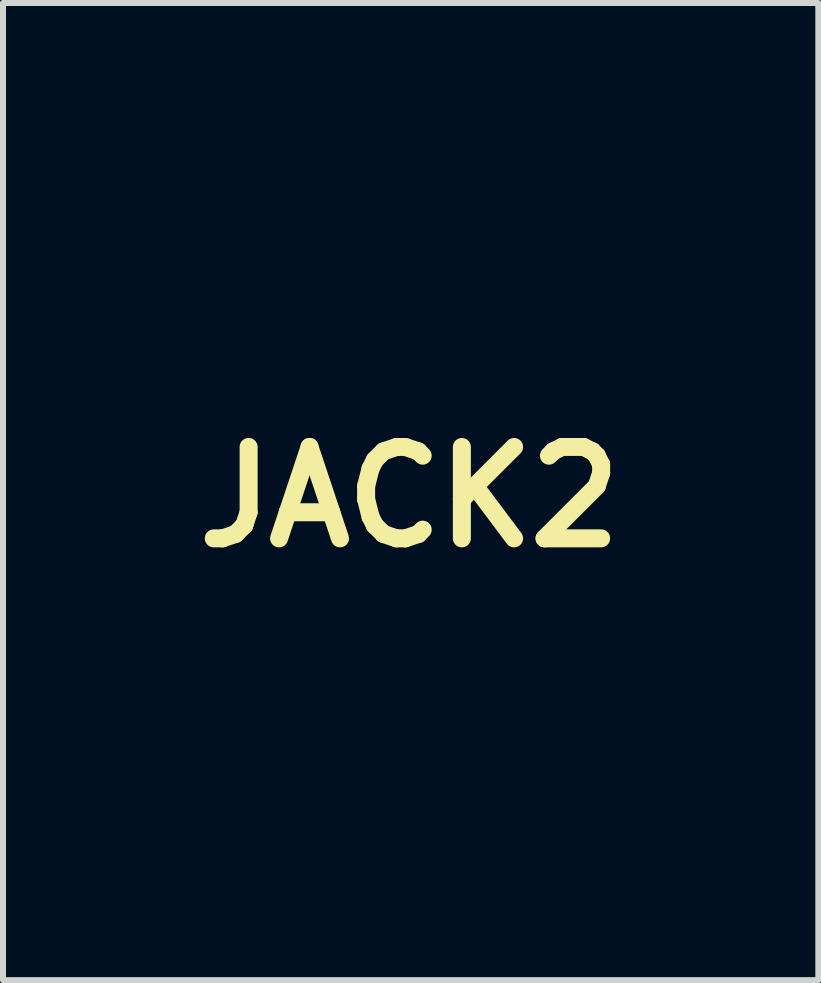
<source format=kicad_pcb>
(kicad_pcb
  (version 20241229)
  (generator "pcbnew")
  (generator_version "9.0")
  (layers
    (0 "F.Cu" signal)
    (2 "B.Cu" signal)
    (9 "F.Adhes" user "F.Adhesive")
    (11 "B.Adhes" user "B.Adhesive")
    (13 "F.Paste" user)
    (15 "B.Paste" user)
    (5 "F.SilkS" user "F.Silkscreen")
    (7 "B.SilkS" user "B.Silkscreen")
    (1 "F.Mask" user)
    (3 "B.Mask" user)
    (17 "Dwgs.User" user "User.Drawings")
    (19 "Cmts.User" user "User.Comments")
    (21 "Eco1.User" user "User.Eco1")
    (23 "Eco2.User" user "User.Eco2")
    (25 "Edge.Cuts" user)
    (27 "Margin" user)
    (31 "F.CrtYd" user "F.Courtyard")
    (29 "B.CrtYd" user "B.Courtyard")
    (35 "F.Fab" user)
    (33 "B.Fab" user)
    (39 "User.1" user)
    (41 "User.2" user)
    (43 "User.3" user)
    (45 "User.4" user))
  (footprint "JACK2"
    (layer "F.Cu")
    (at 3.781 5.238)
    (property "Reference" "JACK2" (at 0 0 0) (layer "F.SilkS") (effects (font (size 1.524 1.524) (thickness 0.3))))
    (attr through_hole)
    (fp_poly (pts (xy -2.54 -3.316) (xy -2.554 -3.302) (xy -2.568 -3.316) (xy -2.554 -3.33) (xy -2.54 -3.316)) (stroke (width 0.01) (type solid)) (fill yes) (layer "F.Mask"))
    (fp_poly (pts (xy -2.286 2.272) (xy -2.3 2.286) (xy -2.314 2.272) (xy -2.3 2.258) (xy -2.286 2.272)) (stroke (width 0.01) (type solid)) (fill yes) (layer "F.Mask"))
    (fp_poly (pts (xy -2.258 2.159) (xy -2.272 2.173) (xy -2.286 2.159) (xy -2.272 2.145) (xy -2.258 2.159)) (stroke (width 0.01) (type solid)) (fill yes) (layer "F.Mask"))
    (fp_poly (pts (xy -0.489 -0.696) (xy -0.493 -0.679) (xy -0.508 -0.677) (xy -0.531 -0.688) (xy -0.527 -0.696) (xy -0.493 -0.7) (xy -0.489 -0.696)) (stroke (width 0.01) (type solid)) (fill yes) (layer "F.Mask"))
    (fp_poly (pts (xy -1.48 4.499) (xy -1.51 4.516) (xy -1.576 4.536) (xy -1.609 4.54) (xy -1.624 4.533) (xy -1.595 4.516) (xy -1.529 4.495) (xy -1.496 4.491) (xy -1.48 4.499)) (stroke (width 0.01) (type solid)) (fill yes) (layer "F.Mask"))
    (fp_poly (pts (xy 3.207 -1.606) (xy 3.209 -1.601) (xy 3.213 -1.54) (xy 3.208 -1.516) (xy 3.198 -1.515) (xy 3.195 -1.56) (xy 3.195 -1.566) (xy 3.199 -1.61) (xy 3.207 -1.606)) (stroke (width 0.01) (type solid)) (fill yes) (layer "F.Mask"))
    (fp_poly (pts (xy -1.413 3.879) (xy -1.439 3.89) (xy -1.518 3.913) (xy -1.593 3.929) (xy -1.648 3.937) (xy -1.672 3.934) (xy -1.662 3.923) (xy -1.607 3.903) (xy -1.523 3.886) (xy -1.493 3.882) (xy -1.426 3.875) (xy -1.413 3.879)) (stroke (width 0.01) (type solid)) (fill yes) (layer "F.Mask"))
    (fp_poly (pts (xy 2.555 -4.111) (xy 2.653 -4.097) (xy 2.667 -4.094) (xy 2.78 -4.07) (xy 2.653 -4.07) (xy 2.557 -4.075) (xy 2.473 -4.087) (xy 2.455 -4.092) (xy 2.41 -4.108) (xy 2.415 -4.114) (xy 2.469 -4.116) (xy 2.555 -4.111)) (stroke (width 0.01) (type solid)) (fill yes) (layer "F.Mask"))
    (fp_poly (pts (xy 0.115 -3.198) (xy 0.167 -3.153) (xy 0.201 -3.097) (xy 0.215 -3.066) (xy 0.2 -3.068) (xy 0.15 -3.103) (xy 0.143 -3.108) (xy 0.055 -3.172) (xy -0.135 -3.081) (xy -0.223 -3.04) (xy -0.267 -3.026) (xy -0.263 -3.037) (xy -0.254 -3.045) (xy -0.186 -3.091) (xy -0.094 -3.142) (xy -0.05 -3.164) (xy 0.047 -3.2) (xy 0.115 -3.198)) (stroke (width 0.01) (type solid)) (fill yes) (layer "F.Mask"))
    (fp_poly (pts (xy 2.811 0.039) (xy 2.798 0.111) (xy 2.776 0.21) (xy 2.768 0.243) (xy 2.737 0.374) (xy 2.709 0.508) (xy 2.689 0.616) (xy 2.689 0.621) (xy 2.665 0.776) (xy 2.647 0.619) (xy 2.644 0.428) (xy 2.675 0.249) (xy 2.737 0.1) (xy 2.741 0.094) (xy 2.78 0.036) (xy 2.808 0.008) (xy 2.812 0.008) (xy 2.811 0.039)) (stroke (width 0.01) (type solid)) (fill yes) (layer "F.Mask"))
    (fp_poly (pts (xy 0.81 -0.778) (xy 0.847 -0.756) (xy 0.916 -0.708) (xy 1.005 -0.644) (xy 1.043 -0.616) (xy 1.242 -0.467) (xy 1.242 0.649) (xy 1.15 0.644) (xy 1.063 0.639) (xy 0.957 0.631) (xy 0.925 0.628) (xy 0.792 0.618) (xy 0.784 -0.087) (xy 0.782 -0.314) (xy 0.782 -0.491) (xy 0.784 -0.62) (xy 0.789 -0.708) (xy 0.796 -0.759) (xy 0.806 -0.778) (xy 0.81 -0.778)) (stroke (width 0.01) (type solid)) (fill yes) (layer "F.Mask"))
    (fp_poly (pts (xy -1.389 -2.533) (xy -1.447 -2.475) (xy -1.479 -2.444) (xy -1.554 -2.377) (xy -1.643 -2.299) (xy -1.74 -2.219) (xy -1.837 -2.14) (xy -1.926 -2.071) (xy -1.999 -2.016) (xy -2.049 -1.982) (xy -2.069 -1.975) (xy -2.062 -1.985) (xy -2.027 -2.02) (xy -1.958 -2.082) (xy -1.865 -2.162) (xy -1.757 -2.253) (xy -1.645 -2.346) (xy -1.539 -2.433) (xy -1.448 -2.505) (xy -1.383 -2.555) (xy -1.369 -2.565) (xy -1.361 -2.565) (xy -1.389 -2.533)) (stroke (width 0.01) (type solid)) (fill yes) (layer "F.Mask"))
    (fp_poly (pts (xy 0.892 0.847) (xy 0.999 0.852) (xy 1.105 0.864) (xy 1.108 0.865) (xy 1.171 0.878) (xy 1.202 0.901) (xy 1.213 0.95) (xy 1.214 1.019) (xy 1.213 1.088) (xy 1.203 1.132) (xy 1.174 1.159) (xy 1.115 1.177) (xy 1.015 1.192) (xy 0.953 1.2) (xy 0.872 1.208) (xy 0.833 1.203) (xy 0.819 1.175) (xy 0.818 1.138) (xy 0.813 1.054) (xy 0.801 0.959) (xy 0.8 0.953) (xy 0.783 0.847) (xy 0.892 0.847)) (stroke (width 0.01) (type solid)) (fill yes) (layer "F.Mask"))
    (fp_poly (pts (xy -2.496 1.838) (xy -2.464 1.867) (xy -2.4 1.912) (xy -2.3 1.963) (xy -2.185 2.011) (xy -2.159 2.021) (xy -1.991 2.09) (xy -1.875 2.162) (xy -1.806 2.242) (xy -1.779 2.335) (xy -1.778 2.354) (xy -1.782 2.43) (xy -1.792 2.452) (xy -1.809 2.418) (xy -1.817 2.389) (xy -1.874 2.272) (xy -1.979 2.183) (xy -2.098 2.133) (xy -2.205 2.091) (xy -2.317 2.03) (xy -2.418 1.959) (xy -2.493 1.89) (xy -2.524 1.843) (xy -2.526 1.82) (xy -2.496 1.838)) (stroke (width 0.01) (type solid)) (fill yes) (layer "F.Mask"))
    (fp_poly (pts (xy -1.343 -3.955) (xy -1.288 -3.921) (xy -1.189 -3.853) (xy -1.185 -3.85) (xy -1 -3.735) (xy -0.767 -3.618) (xy -0.493 -3.502) (xy -0.441 -3.482) (xy -0.33 -3.438) (xy -0.241 -3.402) (xy -0.185 -3.378) (xy -0.173 -3.371) (xy -0.181 -3.359) (xy -0.233 -3.355) (xy -0.313 -3.359) (xy -0.409 -3.368) (xy -0.507 -3.382) (xy -0.594 -3.4) (xy -0.643 -3.414) (xy -0.788 -3.482) (xy -0.95 -3.583) (xy -1.111 -3.706) (xy -1.256 -3.839) (xy -1.27 -3.854) (xy -1.332 -3.921) (xy -1.357 -3.955) (xy -1.343 -3.955)) (stroke (width 0.01) (type solid)) (fill yes) (layer "F.Mask"))
    (fp_poly (pts (xy 0.533 -2.439) (xy 0.595 -2.407) (xy 0.637 -2.378) (xy 0.662 -2.344) (xy 0.673 -2.291) (xy 0.672 -2.21) (xy 0.66 -2.089) (xy 0.653 -2.033) (xy 0.642 -1.947) (xy 0.633 -1.91) (xy 0.62 -1.916) (xy 0.6 -1.955) (xy 0.552 -2.022) (xy 0.481 -2.083) (xy 0.473 -2.088) (xy 0.418 -2.124) (xy 0.408 -2.141) (xy 0.44 -2.145) (xy 0.445 -2.145) (xy 0.485 -2.152) (xy 0.503 -2.182) (xy 0.508 -2.252) (xy 0.508 -2.266) (xy 0.501 -2.349) (xy 0.482 -2.41) (xy 0.474 -2.421) (xy 0.457 -2.45) (xy 0.481 -2.455) (xy 0.533 -2.439)) (stroke (width 0.01) (type solid)) (fill yes) (layer "F.Mask"))
    (fp_poly (pts (xy -2.583 -4.908) (xy -2.792 -4.686) (xy -2.959 -4.494) (xy -3.088 -4.329) (xy -3.181 -4.185) (xy -3.225 -4.099) (xy -3.274 -3.934) (xy -3.285 -3.754) (xy -3.256 -3.583) (xy -3.223 -3.498) (xy -3.184 -3.411) (xy -3.174 -3.371) (xy -3.19 -3.379) (xy -3.231 -3.435) (xy -3.264 -3.49) (xy -3.306 -3.569) (xy -3.33 -3.64) (xy -3.341 -3.726) (xy -3.344 -3.847) (xy -3.344 -3.855) (xy -3.342 -3.968) (xy -3.333 -4.054) (xy -3.311 -4.135) (xy -3.27 -4.229) (xy -3.226 -4.32) (xy -3.064 -4.596) (xy -2.873 -4.825) (xy -2.649 -5.014) (xy -2.443 -5.139) (xy -2.272 -5.23) (xy -2.583 -4.908)) (stroke (width 0.01) (type solid)) (fill yes) (layer "F.Mask"))
    (fp_poly (pts (xy 2.151 1.052) (xy 2.245 1.071) (xy 2.32 1.091) (xy 2.485 1.137) (xy 2.393 1.192) (xy 2.223 1.321) (xy 2.102 1.475) (xy 2.083 1.51) (xy 2.011 1.633) (xy 1.947 1.704) (xy 1.902 1.722) (xy 1.895 1.705) (xy 1.925 1.663) (xy 1.938 1.649) (xy 1.982 1.592) (xy 1.997 1.528) (xy 1.983 1.443) (xy 1.949 1.345) (xy 1.921 1.29) (xy 1.879 1.272) (xy 1.82 1.275) (xy 1.755 1.279) (xy 1.724 1.273) (xy 1.723 1.271) (xy 1.748 1.24) (xy 1.808 1.193) (xy 1.887 1.14) (xy 1.971 1.091) (xy 2.043 1.056) (xy 2.086 1.044) (xy 2.151 1.052)) (stroke (width 0.01) (type solid)) (fill yes) (layer "F.Mask"))
    (fp_poly (pts (xy 3.241 -1.151) (xy 3.242 -1.009) (xy 3.24 -0.913) (xy 3.234 -0.853) (xy 3.221 -0.818) (xy 3.201 -0.797) (xy 3.187 -0.789) (xy 3.143 -0.745) (xy 3.144 -0.696) (xy 3.166 -0.616) (xy 3.178 -0.572) (xy 3.178 -0.521) (xy 3.144 -0.51) (xy 3.084 -0.539) (xy 3.059 -0.558) (xy 3.008 -0.612) (xy 2.981 -0.664) (xy 2.983 -0.699) (xy 3.001 -0.706) (xy 3.051 -0.687) (xy 3.071 -0.672) (xy 3.096 -0.658) (xy 3.104 -0.692) (xy 3.104 -0.708) (xy 3.121 -0.783) (xy 3.154 -0.847) (xy 3.182 -0.907) (xy 3.202 -1.003) (xy 3.216 -1.143) (xy 3.22 -1.199) (xy 3.236 -1.482) (xy 3.241 -1.151)) (stroke (width 0.01) (type solid)) (fill yes) (layer "F.Mask"))
    (fp_poly (pts (xy -0.766 1.523) (xy -0.631 1.563) (xy -0.492 1.62) (xy -0.361 1.69) (xy -0.248 1.769) (xy -0.208 1.805) (xy -0.127 1.907) (xy -0.098 2.007) (xy -0.121 2.114) (xy -0.125 2.123) (xy -0.165 2.215) (xy -0.149 2.082) (xy -0.143 1.996) (xy -0.157 1.941) (xy -0.197 1.89) (xy -0.218 1.87) (xy -0.291 1.812) (xy -0.388 1.748) (xy -0.454 1.71) (xy -0.534 1.668) (xy -0.572 1.653) (xy -0.573 1.664) (xy -0.555 1.686) (xy -0.504 1.745) (xy -0.62 1.687) (xy -0.726 1.647) (xy -0.843 1.62) (xy -0.869 1.617) (xy -0.979 1.605) (xy -1.04 1.592) (xy -1.061 1.574) (xy -1.051 1.548) (xy -1.041 1.534) (xy -0.982 1.505) (xy -0.887 1.502) (xy -0.766 1.523)) (stroke (width 0.01) (type solid)) (fill yes) (layer "F.Mask"))
    (fp_poly (pts (xy -1.707 1.653) (xy -1.838 1.696) (xy -1.931 1.756) (xy -1.958 1.783) (xy -2.007 1.84) (xy -2.021 1.873) (xy -2.003 1.898) (xy -1.988 1.91) (xy -1.903 1.945) (xy -1.823 1.924) (xy -1.775 1.879) (xy -1.716 1.825) (xy -1.632 1.769) (xy -1.6 1.752) (xy -1.516 1.721) (xy -1.425 1.7) (xy -1.344 1.693) (xy -1.287 1.699) (xy -1.27 1.717) (xy -1.294 1.763) (xy -1.353 1.804) (xy -1.426 1.827) (xy -1.447 1.828) (xy -1.522 1.845) (xy -1.613 1.889) (xy -1.699 1.947) (xy -1.759 2.006) (xy -1.772 2.03) (xy -1.785 2.049) (xy -1.809 2.054) (xy -1.854 2.042) (xy -1.928 2.009) (xy -2.039 1.953) (xy -2.085 1.93) (xy -2.379 1.778) (xy -2.283 1.739) (xy -2.157 1.699) (xy -1.992 1.663) (xy -1.804 1.636) (xy -1.707 1.626) (xy -1.538 1.612) (xy -1.707 1.653)) (stroke (width 0.01) (type solid)) (fill yes) (layer "F.Mask"))
    (fp_poly (pts (xy -0.355 2.086) (xy -0.352 2.089) (xy -0.314 2.155) (xy -0.324 2.247) (xy -0.351 2.312) (xy -0.418 2.385) (xy -0.534 2.45) (xy -0.692 2.503) (xy -0.884 2.541) (xy -0.892 2.542) (xy -1.04 2.567) (xy -1.201 2.599) (xy -1.362 2.637) (xy -1.51 2.677) (xy -1.631 2.715) (xy -1.711 2.747) (xy -1.714 2.749) (xy -1.857 2.82) (xy -1.989 2.872) (xy -2.099 2.901) (xy -2.178 2.904) (xy -2.208 2.891) (xy -2.224 2.852) (xy -2.229 2.796) (xy -2.223 2.75) (xy -2.212 2.738) (xy -2.182 2.758) (xy -2.158 2.786) (xy -2.133 2.811) (xy -2.112 2.799) (xy -2.084 2.743) (xy -2.079 2.73) (xy -2.047 2.664) (xy -2.018 2.64) (xy -1.974 2.648) (xy -1.961 2.653) (xy -1.846 2.682) (xy -1.747 2.668) (xy -1.65 2.607) (xy -1.599 2.56) (xy -1.53 2.494) (xy -1.484 2.461) (xy -1.444 2.456) (xy -1.395 2.472) (xy -1.393 2.473) (xy -1.347 2.487) (xy -1.289 2.491) (xy -1.207 2.487) (xy -1.09 2.473) (xy -0.943 2.45) (xy -0.802 2.425) (xy -0.679 2.399) (xy -0.586 2.374) (xy -0.535 2.353) (xy -0.532 2.351) (xy -0.493 2.304) (xy -0.455 2.229) (xy -0.413 2.112) (xy -0.412 2.106) (xy -0.39 2.071) (xy -0.355 2.086)) (stroke (width 0.01) (type solid)) (fill yes) (layer "F.Mask"))
    (fp_poly (pts (xy -2.187 4.008) (xy -2.163 4.051) (xy -2.141 4.129) (xy -2.134 4.171) (xy -2.105 4.3) (xy -2.06 4.386) (xy -2.004 4.426) (xy -1.944 4.417) (xy -1.883 4.357) (xy -1.865 4.325) (xy -1.809 4.219) (xy -1.807 4.377) (xy -1.789 4.533) (xy -1.735 4.67) (xy -1.69 4.762) (xy -1.678 4.81) (xy -1.699 4.813) (xy -1.751 4.771) (xy -1.762 4.76) (xy -1.816 4.684) (xy -1.834 4.589) (xy -1.834 4.571) (xy -1.837 4.499) (xy -1.851 4.47) (xy -1.885 4.471) (xy -1.898 4.475) (xy -2.009 4.513) (xy -2.093 4.552) (xy -2.14 4.585) (xy -2.145 4.597) (xy -2.125 4.628) (xy -2.073 4.682) (xy -2.012 4.737) (xy -1.928 4.803) (xy -1.866 4.834) (xy -1.811 4.837) (xy -1.804 4.835) (xy -1.744 4.833) (xy -1.714 4.868) (xy -1.707 4.887) (xy -1.672 4.961) (xy -1.643 5.002) (xy -1.619 5.035) (xy -1.633 5.048) (xy -1.694 5.049) (xy -1.696 5.049) (xy -1.783 5.041) (xy -1.854 5.028) (xy -1.91 4.992) (xy -1.982 4.92) (xy -2.061 4.826) (xy -2.135 4.723) (xy -2.195 4.623) (xy -2.23 4.542) (xy -2.23 4.541) (xy -2.244 4.461) (xy -2.249 4.361) (xy -2.247 4.254) (xy -2.239 4.152) (xy -2.225 4.069) (xy -2.208 4.016) (xy -2.187 4.007) (xy -2.187 4.008)) (stroke (width 0.01) (type solid)) (fill yes) (layer "F.Mask"))
    (fp_poly (pts (xy -3.063 0.195) (xy -3.019 0.261) (xy -2.987 0.331) (xy -2.97 0.414) (xy -2.968 0.521) (xy -2.981 0.662) (xy -3.006 0.833) (xy -3.03 0.987) (xy -3.042 1.109) (xy -3.041 1.214) (xy -3.025 1.315) (xy -2.991 1.427) (xy -2.937 1.565) (xy -2.876 1.707) (xy -2.784 1.919) (xy -2.712 2.087) (xy -2.657 2.218) (xy -2.616 2.32) (xy -2.586 2.401) (xy -2.564 2.469) (xy -2.547 2.532) (xy -2.532 2.596) (xy -2.526 2.625) (xy -2.494 2.751) (xy -2.449 2.899) (xy -2.401 3.038) (xy -2.397 3.048) (xy -2.358 3.157) (xy -2.331 3.25) (xy -2.319 3.312) (xy -2.319 3.323) (xy -2.331 3.318) (xy -2.357 3.268) (xy -2.393 3.181) (xy -2.436 3.065) (xy -2.437 3.062) (xy -2.49 2.907) (xy -2.543 2.741) (xy -2.59 2.589) (xy -2.611 2.512) (xy -2.646 2.406) (xy -2.699 2.264) (xy -2.767 2.099) (xy -2.842 1.924) (xy -2.905 1.788) (xy -2.977 1.631) (xy -3.04 1.486) (xy -3.089 1.364) (xy -3.121 1.273) (xy -3.133 1.224) (xy -3.128 1.166) (xy -3.116 1.066) (xy -3.098 0.937) (xy -3.076 0.792) (xy -3.072 0.769) (xy -3.048 0.616) (xy -3.033 0.506) (xy -3.027 0.429) (xy -3.03 0.372) (xy -3.041 0.323) (xy -3.056 0.282) (xy -3.083 0.203) (xy -3.086 0.174) (xy -3.063 0.195)) (stroke (width 0.01) (type solid)) (fill yes) (layer "F.Mask"))
    (fp_poly (pts (xy -0.956 2.914) (xy -0.92 2.928) (xy -0.906 2.923) (xy -0.878 2.921) (xy -0.875 2.931) (xy -0.895 2.965) (xy -0.944 3.015) (xy -1.002 3.064) (xy -1.053 3.098) (xy -1.072 3.104) (xy -1.103 3.12) (xy -1.169 3.162) (xy -1.258 3.222) (xy -1.311 3.26) (xy -1.409 3.327) (xy -1.491 3.379) (xy -1.547 3.409) (xy -1.561 3.413) (xy -1.602 3.401) (xy -1.678 3.371) (xy -1.769 3.33) (xy -1.892 3.262) (xy -1.972 3.193) (xy -2.004 3.128) (xy -2.004 3.123) (xy -1.982 3.124) (xy -1.928 3.146) (xy -1.92 3.151) (xy -1.843 3.175) (xy -1.751 3.177) (xy -1.635 3.154) (xy -1.487 3.105) (xy -1.439 3.086) (xy -1.261 3.086) (xy -1.257 3.102) (xy -1.242 3.104) (xy -1.219 3.094) (xy -1.223 3.086) (xy -1.256 3.082) (xy -1.261 3.086) (xy -1.439 3.086) (xy -1.381 3.062) (xy -1.185 3.062) (xy -1.171 3.076) (xy -1.157 3.062) (xy -1.171 3.048) (xy -1.185 3.062) (xy -1.381 3.062) (xy -1.312 3.034) (xy -1.129 3.034) (xy -1.115 3.048) (xy -1.101 3.034) (xy -1.115 3.02) (xy -1.129 3.034) (xy -1.312 3.034) (xy -1.299 3.029) (xy -1.282 3.021) (xy -1.256 3.01) (xy -1.069 3.01) (xy -1.058 3.011) (xy -1.021 2.993) (xy -0.978 2.962) (xy -0.972 2.942) (xy -1.002 2.946) (xy -1.038 2.975) (xy -1.069 3.01) (xy -1.256 3.01) (xy -1.148 2.965) (xy -1.043 2.928) (xy -0.977 2.911) (xy -0.956 2.914)) (stroke (width 0.01) (type solid)) (fill yes) (layer "F.Mask"))
    (fp_poly (pts (xy 2.131 -0.895) (xy 2.191 -0.827) (xy 2.252 -0.738) (xy 2.304 -0.645) (xy 2.336 -0.562) (xy 2.342 -0.524) (xy 2.341 -0.437) (xy 2.283 -0.515) (xy 2.209 -0.579) (xy 2.144 -0.593) (xy 2.081 -0.586) (xy 2.049 -0.558) (xy 2.044 -0.497) (xy 2.058 -0.405) (xy 2.078 -0.294) (xy 2.095 -0.185) (xy 2.098 -0.155) (xy 2.105 -0.088) (xy 2.1 -0.07) (xy 2.081 -0.095) (xy 2.079 -0.097) (xy 2.026 -0.17) (xy 1.964 -0.235) (xy 1.91 -0.275) (xy 1.888 -0.282) (xy 1.874 -0.257) (xy 1.868 -0.192) (xy 1.87 -0.104) (xy 1.881 -0.008) (xy 1.898 0.079) (xy 1.903 0.099) (xy 1.906 0.115) (xy 1.89 0.089) (xy 1.863 0.033) (xy 1.829 -0.044) (xy 1.806 -0.099) (xy 1.778 -0.151) (xy 1.762 -0.156) (xy 1.758 -0.121) (xy 1.768 -0.052) (xy 1.79 0.039) (xy 1.825 0.184) (xy 1.831 0.285) (xy 1.809 0.345) (xy 1.791 0.36) (xy 1.766 0.381) (xy 1.765 0.416) (xy 1.789 0.481) (xy 1.793 0.491) (xy 1.821 0.573) (xy 1.829 0.627) (xy 1.819 0.647) (xy 1.792 0.624) (xy 1.772 0.592) (xy 1.718 0.525) (xy 1.653 0.481) (xy 1.652 0.48) (xy 1.622 0.468) (xy 1.601 0.452) (xy 1.589 0.424) (xy 1.585 0.375) (xy 1.589 0.297) (xy 1.6 0.18) (xy 1.618 0.018) (xy 1.621 -0.004) (xy 1.643 -0.181) (xy 1.669 -0.318) (xy 1.704 -0.431) (xy 1.754 -0.536) (xy 1.826 -0.649) (xy 1.903 -0.757) (xy 1.987 -0.86) (xy 2.049 -0.916) (xy 2.082 -0.926) (xy 2.131 -0.895)) (stroke (width 0.01) (type solid)) (fill yes) (layer "F.Mask"))
    (fp_poly (pts (xy -0.423 -2.785) (xy -0.458 -2.757) (xy -0.533 -2.702) (xy -0.641 -2.624) (xy -0.776 -2.529) (xy -0.932 -2.419) (xy -1.104 -2.3) (xy -1.285 -2.175) (xy -1.469 -2.049) (xy -1.65 -1.925) (xy -1.823 -1.808) (xy -1.981 -1.701) (xy -2.117 -1.61) (xy -2.227 -1.538) (xy -2.304 -1.489) (xy -2.341 -1.468) (xy -2.344 -1.468) (xy -2.403 -1.48) (xy -2.473 -1.51) (xy -2.544 -1.54) (xy -2.599 -1.552) (xy -2.646 -1.571) (xy -2.711 -1.617) (xy -2.735 -1.639) (xy -2.8 -1.695) (xy -2.851 -1.721) (xy -2.894 -1.713) (xy -2.933 -1.666) (xy -2.972 -1.576) (xy -3.016 -1.437) (xy -3.048 -1.326) (xy -3.095 -1.165) (xy -3.146 -0.998) (xy -3.199 -0.834) (xy -3.252 -0.68) (xy -3.302 -0.544) (xy -3.345 -0.431) (xy -3.38 -0.351) (xy -3.404 -0.309) (xy -3.414 -0.314) (xy -3.414 -0.316) (xy -3.406 -0.348) (xy -3.383 -0.424) (xy -3.349 -0.535) (xy -3.306 -0.67) (xy -3.279 -0.754) (xy -3.143 -1.173) (xy -3.2 -1.33) (xy -3.231 -1.425) (xy -3.241 -1.489) (xy -3.231 -1.545) (xy -3.219 -1.577) (xy -3.187 -1.641) (xy -3.171 -1.653) (xy -3.174 -1.615) (xy -3.191 -1.559) (xy -3.206 -1.49) (xy -3.195 -1.418) (xy -3.168 -1.35) (xy -3.115 -1.229) (xy -3.047 -1.492) (xy -3.015 -1.607) (xy -2.982 -1.7) (xy -2.955 -1.758) (xy -2.943 -1.77) (xy -2.91 -1.807) (xy -2.907 -1.823) (xy -2.897 -1.843) (xy -2.863 -1.818) (xy -2.856 -1.811) (xy -2.809 -1.776) (xy -2.725 -1.725) (xy -2.619 -1.666) (xy -2.56 -1.635) (xy -2.433 -1.573) (xy -2.346 -1.54) (xy -2.293 -1.532) (xy -2.276 -1.538) (xy -2.242 -1.563) (xy -2.171 -1.617) (xy -2.069 -1.693) (xy -1.945 -1.787) (xy -1.806 -1.893) (xy -1.774 -1.917) (xy -1.482 -2.135) (xy -1.227 -2.318) (xy -1.004 -2.469) (xy -0.808 -2.591) (xy -0.634 -2.687) (xy -0.607 -2.701) (xy -0.517 -2.746) (xy -0.452 -2.776) (xy -0.423 -2.787) (xy -0.423 -2.785)) (stroke (width 0.01) (type solid)) (fill yes) (layer "F.Mask"))
    (fp_poly (pts (xy -3.097 -0.43) (xy -3.093 -0.426) (xy -3.017 -0.374) (xy -2.91 -0.337) (xy -2.79 -0.317) (xy -2.678 -0.319) (xy -2.592 -0.344) (xy -2.581 -0.352) (xy -2.505 -0.394) (xy -2.455 -0.387) (xy -2.43 -0.328) (xy -2.427 -0.277) (xy -2.424 -0.205) (xy -2.411 -0.181) (xy -2.393 -0.192) (xy -2.342 -0.222) (xy -2.321 -0.226) (xy -2.298 -0.219) (xy -2.318 -0.19) (xy -2.324 -0.184) (xy -2.385 -0.109) (xy -2.435 -0.017) (xy -2.473 0.1) (xy -2.504 0.25) (xy -2.528 0.441) (xy -2.547 0.679) (xy -2.548 0.706) (xy -2.556 0.833) (xy -2.569 0.712) (xy -2.582 0.591) (xy -2.688 0.679) (xy -2.749 0.724) (xy -2.787 0.743) (xy -2.794 0.739) (xy -2.775 0.701) (xy -2.75 0.676) (xy -2.71 0.63) (xy -2.667 0.564) (xy -2.634 0.5) (xy -2.625 0.467) (xy -2.648 0.454) (xy -2.675 0.452) (xy -2.732 0.435) (xy -2.78 0.398) (xy -2.794 0.368) (xy -2.769 0.36) (xy -2.707 0.36) (xy -2.681 0.362) (xy -2.605 0.364) (xy -2.572 0.348) (xy -2.568 0.331) (xy -2.563 0.274) (xy -2.551 0.201) (xy -2.544 0.139) (xy -2.563 0.115) (xy -2.579 0.113) (xy -2.617 0.137) (xy -2.626 0.176) (xy -2.627 0.24) (xy -2.68 0.176) (xy -2.723 0.131) (xy -2.749 0.113) (xy -2.763 0.137) (xy -2.767 0.176) (xy -2.768 0.24) (xy -2.802 0.181) (xy -2.844 0.139) (xy -2.879 0.133) (xy -2.89 0.126) (xy -2.862 0.093) (xy -2.854 0.086) (xy -2.791 0.045) (xy -2.736 0.028) (xy -2.683 0.015) (xy -2.667 0) (xy -2.678 -0.02) (xy -2.734 -0.028) (xy -2.739 -0.028) (xy -2.824 -0.009) (xy -2.906 0.056) (xy -2.911 0.061) (xy -2.995 0.151) (xy -2.976 0.075) (xy -2.971 0.016) (xy -2.993 0) (xy -3.007 -0.015) (xy -2.979 -0.055) (xy -2.95 -0.092) (xy -2.955 -0.119) (xy -2.999 -0.153) (xy -3.024 -0.168) (xy -3.117 -0.218) (xy -3.198 -0.247) (xy -3.253 -0.251) (xy -3.263 -0.246) (xy -3.263 -0.213) (xy -3.243 -0.165) (xy -3.222 -0.12) (xy -3.231 -0.119) (xy -3.255 -0.138) (xy -3.295 -0.205) (xy -3.294 -0.3) (xy -3.259 -0.397) (xy -3.21 -0.463) (xy -3.157 -0.474) (xy -3.097 -0.43)) (stroke (width 0.01) (type solid)) (fill yes) (layer "F.Mask"))
    (fp_poly (pts (xy -0.686 -0.754) (xy -0.677 -0.751) (xy -0.55 -0.711) (xy -0.72 -0.713) (xy -0.886 -0.714) (xy -1.007 -0.712) (xy -1.092 -0.704) (xy -1.153 -0.688) (xy -1.2 -0.661) (xy -1.243 -0.622) (xy -1.26 -0.605) (xy -1.327 -0.527) (xy -1.349 -0.484) (xy -1.327 -0.475) (xy -1.259 -0.5) (xy -1.214 -0.522) (xy -1.134 -0.561) (xy -1.073 -0.586) (xy -1.052 -0.591) (xy -1.06 -0.579) (xy -1.107 -0.55) (xy -1.136 -0.534) (xy -1.201 -0.496) (xy -1.237 -0.466) (xy -1.239 -0.453) (xy -1.201 -0.463) (xy -1.192 -0.466) (xy -1.142 -0.484) (xy -1.056 -0.512) (xy -0.949 -0.545) (xy -0.931 -0.55) (xy -0.809 -0.584) (xy -0.715 -0.599) (xy -0.623 -0.598) (xy -0.536 -0.588) (xy -0.436 -0.572) (xy -0.357 -0.559) (xy -0.318 -0.55) (xy -0.293 -0.522) (xy -0.313 -0.479) (xy -0.369 -0.428) (xy -0.427 -0.393) (xy -0.494 -0.353) (xy -0.532 -0.318) (xy -0.536 -0.309) (xy -0.516 -0.296) (xy -0.477 -0.312) (xy -0.422 -0.334) (xy -0.407 -0.325) (xy -0.434 -0.291) (xy -0.478 -0.255) (xy -0.567 -0.208) (xy -0.663 -0.178) (xy -0.665 -0.178) (xy -0.766 -0.161) (xy -0.708 -0.257) (xy -0.663 -0.349) (xy -0.652 -0.415) (xy -0.675 -0.449) (xy -0.691 -0.452) (xy -0.725 -0.427) (xy -0.734 -0.38) (xy -0.755 -0.313) (xy -0.807 -0.286) (xy -0.877 -0.305) (xy -0.878 -0.306) (xy -0.933 -0.333) (xy -0.959 -0.339) (xy -0.986 -0.321) (xy -0.982 -0.282) (xy -0.952 -0.247) (xy -0.941 -0.242) (xy -0.911 -0.219) (xy -0.913 -0.206) (xy -0.945 -0.207) (xy -0.988 -0.241) (xy -1.026 -0.291) (xy -1.044 -0.341) (xy -1.044 -0.343) (xy -1.057 -0.385) (xy -1.097 -0.389) (xy -1.172 -0.355) (xy -1.203 -0.336) (xy -1.27 -0.289) (xy -1.294 -0.246) (xy -1.279 -0.187) (xy -1.255 -0.14) (xy -1.217 -0.086) (xy -1.166 -0.061) (xy -1.088 -0.062) (xy -0.981 -0.082) (xy -0.915 -0.093) (xy -0.89 -0.086) (xy -0.891 -0.082) (xy -0.926 -0.057) (xy -0.931 -0.056) (xy -0.973 -0.047) (xy -1.034 -0.027) (xy -1.111 0.003) (xy -1.032 0.044) (xy -0.944 0.074) (xy -0.866 0.085) (xy -0.809 0.087) (xy -0.802 0.099) (xy -0.834 0.126) (xy -0.901 0.159) (xy -0.989 0.165) (xy -1.11 0.146) (xy -1.178 0.129) (xy -1.26 0.111) (xy -1.313 0.106) (xy -1.326 0.112) (xy -1.304 0.136) (xy -1.244 0.182) (xy -1.157 0.242) (xy -1.094 0.284) (xy -0.991 0.351) (xy -0.906 0.407) (xy -0.849 0.446) (xy -0.834 0.457) (xy -0.817 0.479) (xy -0.846 0.474) (xy -0.916 0.445) (xy -1.025 0.393) (xy -1.072 0.369) (xy -1.253 0.276) (xy -1.389 0.204) (xy -1.485 0.15) (xy -1.547 0.111) (xy -1.581 0.083) (xy -1.592 0.064) (xy -1.592 0.061) (xy -1.587 0.006) (xy -1.585 -0.029) (xy -1.559 -0.08) (xy -1.502 -0.133) (xy -1.489 -0.141) (xy -1.397 -0.197) (xy -1.475 -0.197) (xy -1.535 -0.205) (xy -1.547 -0.232) (xy -1.514 -0.288) (xy -1.509 -0.295) (xy -1.478 -0.364) (xy -1.468 -0.432) (xy -1.44 -0.52) (xy -1.362 -0.611) (xy -1.238 -0.698) (xy -1.164 -0.737) (xy -1.017 -0.787) (xy -0.863 -0.792) (xy -0.686 -0.754)) (stroke (width 0.01) (type solid)) (fill yes) (layer "F.Mask"))
    (fp_poly (pts (xy 1.363 1.206) (xy 1.389 1.268) (xy 1.423 1.286) (xy 1.453 1.282) (xy 1.484 1.277) (xy 1.504 1.29) (xy 1.519 1.329) (xy 1.533 1.405) (xy 1.548 1.517) (xy 1.567 1.671) (xy 1.576 1.776) (xy 1.576 1.829) (xy 1.568 1.83) (xy 1.552 1.777) (xy 1.527 1.67) (xy 1.524 1.654) (xy 1.488 1.504) (xy 1.455 1.408) (xy 1.428 1.367) (xy 1.406 1.378) (xy 1.392 1.44) (xy 1.386 1.552) (xy 1.39 1.713) (xy 1.395 1.802) (xy 1.408 2.028) (xy 1.413 2.206) (xy 1.409 2.341) (xy 1.397 2.442) (xy 1.376 2.515) (xy 1.345 2.568) (xy 1.341 2.573) (xy 1.291 2.648) (xy 1.242 2.745) (xy 1.226 2.786) (xy 1.203 2.837) (xy 1.165 2.896) (xy 1.109 2.969) (xy 1.029 3.06) (xy 0.922 3.177) (xy 0.781 3.323) (xy 0.664 3.443) (xy 0.51 3.602) (xy 0.355 3.764) (xy 0.208 3.92) (xy 0.079 4.06) (xy -0.024 4.176) (xy -0.07 4.229) (xy -0.168 4.342) (xy -0.265 4.446) (xy -0.35 4.529) (xy -0.404 4.575) (xy -0.493 4.649) (xy -0.584 4.738) (xy -0.617 4.773) (xy -0.733 4.884) (xy -0.846 4.939) (xy -0.958 4.939) (xy -0.968 4.936) (xy -1.035 4.928) (xy -1.111 4.945) (xy -1.199 4.982) (xy -1.299 5.022) (xy -1.395 5.045) (xy -1.472 5.052) (xy -1.517 5.039) (xy -1.524 5.024) (xy -1.499 5.003) (xy -1.435 4.974) (xy -1.362 4.95) (xy -1.274 4.924) (xy -1.212 4.904) (xy -1.19 4.896) (xy -1.197 4.869) (xy -1.224 4.807) (xy -1.254 4.745) (xy -1.291 4.67) (xy -1.313 4.609) (xy -1.321 4.549) (xy -1.316 4.476) (xy -1.297 4.375) (xy -1.265 4.234) (xy -1.235 4.107) (xy -1.214 4.033) (xy -1.2 4.008) (xy -1.19 4.029) (xy -1.182 4.094) (xy -1.178 4.135) (xy -1.167 4.207) (xy -1.146 4.237) (xy -1.103 4.24) (xy -1.099 4.239) (xy -1.003 4.207) (xy -0.898 4.14) (xy -0.801 4.05) (xy -0.751 3.984) (xy -0.695 3.916) (xy -0.609 3.832) (xy -0.509 3.748) (xy -0.483 3.728) (xy -0.27 3.552) (xy -0.102 3.375) (xy 0.016 3.202) (xy 0.058 3.111) (xy 0.084 3.031) (xy 0.104 2.941) (xy 0.118 2.828) (xy 0.13 2.682) (xy 0.139 2.511) (xy 0.147 2.357) (xy 0.157 2.222) (xy 0.167 2.116) (xy 0.177 2.049) (xy 0.182 2.034) (xy 0.201 2.039) (xy 0.229 2.097) (xy 0.269 2.208) (xy 0.302 2.317) (xy 0.355 2.51) (xy 0.384 2.666) (xy 0.389 2.801) (xy 0.368 2.929) (xy 0.32 3.066) (xy 0.245 3.226) (xy 0.241 3.233) (xy 0.173 3.359) (xy 0.084 3.514) (xy -0.016 3.678) (xy -0.116 3.835) (xy -0.132 3.86) (xy -0.202 3.967) (xy -0.255 4.048) (xy -0.288 4.103) (xy -0.298 4.129) (xy -0.284 4.124) (xy -0.243 4.087) (xy -0.173 4.016) (xy -0.072 3.909) (xy 0.062 3.764) (xy 0.232 3.58) (xy 0.267 3.542) (xy 0.406 3.393) (xy 0.545 3.247) (xy 0.674 3.113) (xy 0.785 3) (xy 0.87 2.917) (xy 0.892 2.897) (xy 0.997 2.796) (xy 1.105 2.685) (xy 1.193 2.586) (xy 1.2 2.577) (xy 1.326 2.422) (xy 1.326 2.084) (xy 1.324 1.928) (xy 1.316 1.769) (xy 1.304 1.629) (xy 1.294 1.55) (xy 1.278 1.426) (xy 1.278 1.333) (xy 1.294 1.249) (xy 1.299 1.234) (xy 1.336 1.115) (xy 1.363 1.206)) (stroke (width 0.01) (type solid)) (fill yes) (layer "F.Mask"))
    (fp_poly (pts (xy -2.135 -4.594) (xy -2.099 -4.579) (xy -2.07 -4.543) (xy -2.027 -4.474) (xy -1.996 -4.417) (xy -1.964 -4.355) (xy -1.925 -4.29) (xy -1.875 -4.213) (xy -1.806 -4.115) (xy -1.714 -3.987) (xy -1.626 -3.866) (xy -1.622 -3.852) (xy -1.653 -3.873) (xy -1.659 -3.878) (xy -1.707 -3.913) (xy -1.734 -3.92) (xy -1.743 -3.889) (xy -1.756 -3.816) (xy -1.772 -3.714) (xy -1.789 -3.598) (xy -1.804 -3.481) (xy -1.817 -3.376) (xy -1.825 -3.297) (xy -1.826 -3.258) (xy -1.826 -3.256) (xy -1.807 -3.273) (xy -1.763 -3.327) (xy -1.704 -3.408) (xy -1.67 -3.456) (xy -1.602 -3.551) (xy -1.544 -3.627) (xy -1.506 -3.674) (xy -1.497 -3.682) (xy -1.465 -3.673) (xy -1.4 -3.637) (xy -1.315 -3.579) (xy -1.285 -3.556) (xy -1.194 -3.491) (xy -1.117 -3.442) (xy -1.066 -3.416) (xy -1.059 -3.415) (xy -1.006 -3.405) (xy -0.925 -3.378) (xy -0.829 -3.341) (xy -0.732 -3.299) (xy -0.648 -3.258) (xy -0.59 -3.225) (xy -0.573 -3.206) (xy -0.605 -3.184) (xy -0.674 -3.164) (xy -0.719 -3.156) (xy -0.823 -3.128) (xy -0.938 -3.08) (xy -0.994 -3.05) (xy -1.097 -2.99) (xy -1.159 -2.964) (xy -1.183 -2.974) (xy -1.172 -3.019) (xy -1.156 -3.05) (xy -1.14 -3.092) (xy -1.144 -3.104) (xy -1.191 -3.088) (xy -1.268 -3.044) (xy -1.358 -2.981) (xy -1.383 -2.962) (xy -1.473 -2.904) (xy -1.58 -2.85) (xy -1.614 -2.837) (xy -1.707 -2.793) (xy -1.787 -2.741) (xy -1.809 -2.72) (xy -1.871 -2.674) (xy -1.92 -2.667) (xy -1.963 -2.656) (xy -2.024 -2.612) (xy -2.09 -2.55) (xy -2.146 -2.483) (xy -2.178 -2.427) (xy -2.198 -2.408) (xy -2.243 -2.426) (xy -2.267 -2.441) (xy -2.325 -2.47) (xy -2.361 -2.474) (xy -2.363 -2.473) (xy -2.392 -2.479) (xy -2.444 -2.515) (xy -2.46 -2.531) (xy -2.516 -2.577) (xy -2.538 -2.581) (xy -2.525 -2.549) (xy -2.477 -2.489) (xy -2.413 -2.42) (xy -2.591 -2.51) (xy -2.654 -2.355) (xy -2.717 -2.199) (xy -2.627 -2.087) (xy -2.578 -2.017) (xy -2.569 -1.981) (xy -2.599 -1.981) (xy -2.664 -2.016) (xy -2.76 -2.086) (xy -2.837 -2.145) (xy -2.885 -2.173) (xy -2.916 -2.173) (xy -2.945 -2.151) (xy -2.946 -2.15) (xy -2.976 -2.123) (xy -2.981 -2.133) (xy -2.964 -2.188) (xy -2.96 -2.198) (xy -2.924 -2.266) (xy -2.879 -2.306) (xy -2.873 -2.307) (xy -2.831 -2.339) (xy -2.78 -2.406) (xy -2.749 -2.46) (xy -2.679 -2.598) (xy -2.807 -2.796) (xy -2.866 -2.888) (xy -2.91 -2.962) (xy -2.933 -3.004) (xy -2.935 -3.009) (xy -2.916 -2.999) (xy -2.864 -2.959) (xy -2.788 -2.896) (xy -2.745 -2.858) (xy -2.605 -2.739) (xy -2.502 -2.658) (xy -2.43 -2.611) (xy -2.387 -2.596) (xy -2.388 -2.614) (xy -2.42 -2.659) (xy -2.443 -2.685) (xy -2.526 -2.773) (xy -2.436 -2.727) (xy -2.362 -2.692) (xy -2.332 -2.688) (xy -2.344 -2.716) (xy -2.396 -2.782) (xy -2.407 -2.795) (xy -2.496 -2.926) (xy -2.573 -3.089) (xy -2.627 -3.261) (xy -2.639 -3.322) (xy -2.656 -3.429) (xy -2.6 -3.316) (xy -2.567 -3.258) (xy -2.545 -3.238) (xy -2.541 -3.246) (xy -2.529 -3.253) (xy -2.503 -3.216) (xy -2.497 -3.203) (xy -2.474 -3.156) (xy -2.463 -3.148) (xy -2.463 -3.186) (xy -2.469 -3.26) (xy -2.473 -3.329) (xy -2.471 -3.359) (xy -2.466 -3.351) (xy -2.441 -3.31) (xy -2.425 -3.302) (xy -2.411 -3.276) (xy -2.402 -3.21) (xy -2.399 -3.132) (xy -2.392 -3.019) (xy -2.372 -2.917) (xy -2.345 -2.835) (xy -2.313 -2.781) (xy -2.282 -2.764) (xy -2.254 -2.793) (xy -2.25 -2.801) (xy -2.247 -2.843) (xy -2.249 -2.927) (xy -2.255 -3.04) (xy -2.262 -3.133) (xy -2.275 -3.352) (xy -2.274 -3.527) (xy -2.256 -3.668) (xy -2.22 -3.783) (xy -2.167 -3.881) (xy -2.123 -3.955) (xy -2.099 -4.009) (xy -2.098 -4.026) (xy -2.14 -4.033) (xy -2.199 -3.987) (xy -2.273 -3.89) (xy -2.287 -3.869) (xy -2.338 -3.795) (xy -2.375 -3.747) (xy -2.39 -3.736) (xy -2.383 -3.764) (xy -2.357 -3.832) (xy -2.315 -3.93) (xy -2.273 -4.025) (xy -2.222 -4.14) (xy -2.197 -4.209) (xy -2.195 -4.232) (xy -2.215 -4.212) (xy -2.255 -4.15) (xy -2.312 -4.05) (xy -2.384 -3.914) (xy -2.442 -3.804) (xy -2.479 -3.739) (xy -2.5 -3.714) (xy -2.509 -3.725) (xy -2.511 -3.759) (xy -2.507 -3.81) (xy -2.495 -3.87) (xy -2.472 -3.949) (xy -2.434 -4.061) (xy -2.387 -4.191) (xy -2.38 -4.224) (xy -2.395 -4.217) (xy -2.427 -4.18) (xy -2.468 -4.121) (xy -2.513 -4.049) (xy -2.554 -3.972) (xy -2.562 -3.955) (xy -2.608 -3.867) (xy -2.64 -3.833) (xy -2.654 -3.839) (xy -2.678 -3.841) (xy -2.718 -3.79) (xy -2.748 -3.737) (xy -2.789 -3.663) (xy -2.812 -3.637) (xy -2.821 -3.655) (xy -2.821 -3.663) (xy -2.811 -3.732) (xy -2.785 -3.816) (xy -2.781 -3.825) (xy -2.758 -3.896) (xy -2.763 -3.92) (xy -2.79 -3.899) (xy -2.831 -3.831) (xy -2.86 -3.779) (xy -2.869 -3.777) (xy -2.862 -3.81) (xy -2.837 -3.879) (xy -2.793 -3.967) (xy -2.74 -4.06) (xy -2.684 -4.146) (xy -2.634 -4.212) (xy -2.598 -4.246) (xy -2.589 -4.248) (xy -2.553 -4.26) (xy -2.49 -4.304) (xy -2.41 -4.37) (xy -2.385 -4.393) (xy -2.304 -4.47) (xy -2.264 -4.515) (xy -2.259 -4.535) (xy -2.286 -4.534) (xy -2.334 -4.525) (xy -2.331 -4.536) (xy -2.302 -4.559) (xy -2.22 -4.595) (xy -2.135 -4.594)) (stroke (width 0.01) (type solid)) (fill yes) (layer "F.Mask"))
    (fp_poly (pts (xy 2.051 -5.093) (xy 2.109 -4.915) (xy 2.114 -4.749) (xy 2.068 -4.599) (xy 1.995 -4.494) (xy 1.953 -4.444) (xy 1.948 -4.428) (xy 1.974 -4.442) (xy 2.027 -4.483) (xy 2.101 -4.548) (xy 2.165 -4.607) (xy 2.35 -4.784) (xy 2.29 -4.665) (xy 2.254 -4.586) (xy 2.232 -4.524) (xy 2.23 -4.508) (xy 2.207 -4.457) (xy 2.138 -4.374) (xy 2.023 -4.259) (xy 1.865 -4.113) (xy 1.783 -4.034) (xy 1.729 -3.973) (xy 1.706 -3.934) (xy 1.715 -3.922) (xy 1.76 -3.943) (xy 1.807 -3.975) (xy 1.86 -4.008) (xy 1.889 -4.013) (xy 1.891 -4.008) (xy 1.908 -3.98) (xy 1.952 -3.989) (xy 2.012 -4.033) (xy 2.055 -4.076) (xy 2.143 -4.194) (xy 2.235 -4.348) (xy 2.323 -4.522) (xy 2.397 -4.696) (xy 2.403 -4.713) (xy 2.44 -4.807) (xy 2.464 -4.849) (xy 2.477 -4.841) (xy 2.478 -4.833) (xy 2.474 -4.746) (xy 2.443 -4.624) (xy 2.391 -4.478) (xy 2.322 -4.32) (xy 2.301 -4.277) (xy 2.254 -4.182) (xy 2.219 -4.106) (xy 2.202 -4.063) (xy 2.201 -4.059) (xy 2.224 -4.033) (xy 2.279 -3.997) (xy 2.285 -3.994) (xy 2.383 -3.964) (xy 2.511 -3.953) (xy 2.652 -3.958) (xy 2.791 -3.98) (xy 2.913 -4.014) (xy 3 -4.06) (xy 3.021 -4.08) (xy 3.064 -4.115) (xy 3.084 -4.12) (xy 3.094 -4.106) (xy 3.067 -4.07) (xy 3.016 -4.023) (xy 2.951 -3.976) (xy 2.907 -3.949) (xy 2.854 -3.917) (xy 2.837 -3.898) (xy 2.843 -3.896) (xy 2.876 -3.872) (xy 2.918 -3.814) (xy 2.934 -3.785) (xy 2.989 -3.699) (xy 3.055 -3.625) (xy 3.068 -3.614) (xy 3.147 -3.552) (xy 2.992 -3.567) (xy 2.88 -3.588) (xy 2.75 -3.634) (xy 2.589 -3.709) (xy 2.566 -3.721) (xy 2.445 -3.782) (xy 2.36 -3.821) (xy 2.297 -3.841) (xy 2.241 -3.847) (xy 2.179 -3.841) (xy 2.145 -3.836) (xy 2.037 -3.813) (xy 1.973 -3.786) (xy 1.955 -3.752) (xy 1.985 -3.709) (xy 2.064 -3.654) (xy 2.193 -3.587) (xy 2.375 -3.506) (xy 2.399 -3.495) (xy 2.542 -3.435) (xy 2.648 -3.393) (xy 2.73 -3.367) (xy 2.804 -3.353) (xy 2.882 -3.348) (xy 2.98 -3.349) (xy 3.006 -3.349) (xy 3.098 -3.354) (xy 3.2 -3.365) (xy 3.301 -3.379) (xy 3.394 -3.395) (xy 3.467 -3.411) (xy 3.511 -3.426) (xy 3.517 -3.436) (xy 3.485 -3.441) (xy 3.466 -3.451) (xy 3.493 -3.477) (xy 3.556 -3.516) (xy 3.644 -3.571) (xy 3.722 -3.627) (xy 3.747 -3.648) (xy 3.793 -3.685) (xy 3.81 -3.685) (xy 3.8 -3.656) (xy 3.767 -3.607) (xy 3.712 -3.545) (xy 3.704 -3.537) (xy 3.653 -3.483) (xy 3.629 -3.454) (xy 3.634 -3.453) (xy 3.664 -3.461) (xy 3.664 -3.435) (xy 3.64 -3.384) (xy 3.598 -3.318) (xy 3.543 -3.248) (xy 3.495 -3.198) (xy 3.355 -3.095) (xy 3.201 -3.035) (xy 3.045 -3.021) (xy 2.923 -3.047) (xy 2.863 -3.065) (xy 2.846 -3.061) (xy 2.866 -3.038) (xy 2.918 -3.004) (xy 2.996 -2.963) (xy 3.021 -2.951) (xy 3.186 -2.894) (xy 3.389 -2.851) (xy 3.464 -2.84) (xy 3.738 -2.806) (xy 3.64 -2.765) (xy 3.484 -2.729) (xy 3.294 -2.735) (xy 3.072 -2.782) (xy 2.821 -2.871) (xy 2.647 -2.948) (xy 2.551 -2.993) (xy 2.478 -3.025) (xy 2.44 -3.039) (xy 2.437 -3.039) (xy 2.444 -3.012) (xy 2.468 -2.95) (xy 2.487 -2.906) (xy 2.572 -2.763) (xy 2.685 -2.636) (xy 2.808 -2.547) (xy 2.912 -2.514) (xy 3.05 -2.503) (xy 3.203 -2.513) (xy 3.351 -2.543) (xy 3.413 -2.564) (xy 3.498 -2.594) (xy 3.534 -2.601) (xy 3.523 -2.586) (xy 3.465 -2.55) (xy 3.361 -2.496) (xy 3.359 -2.495) (xy 3.249 -2.449) (xy 3.133 -2.415) (xy 3.071 -2.405) (xy 2.985 -2.405) (xy 2.902 -2.424) (xy 2.814 -2.468) (xy 2.714 -2.541) (xy 2.597 -2.647) (xy 2.455 -2.791) (xy 2.383 -2.867) (xy 2.252 -3.005) (xy 2.148 -3.107) (xy 2.061 -3.182) (xy 1.984 -3.236) (xy 1.906 -3.278) (xy 1.905 -3.278) (xy 1.791 -3.326) (xy 1.697 -3.353) (xy 1.633 -3.358) (xy 1.609 -3.338) (xy 1.609 -3.337) (xy 1.629 -3.31) (xy 1.681 -3.256) (xy 1.755 -3.189) (xy 1.764 -3.18) (xy 1.85 -3.098) (xy 1.92 -3.01) (xy 1.986 -2.899) (xy 2.046 -2.778) (xy 2.11 -2.65) (xy 2.163 -2.561) (xy 2.212 -2.499) (xy 2.269 -2.453) (xy 2.293 -2.437) (xy 2.393 -2.38) (xy 2.525 -2.312) (xy 2.669 -2.244) (xy 2.804 -2.186) (xy 2.849 -2.168) (xy 2.892 -2.153) (xy 2.9 -2.159) (xy 2.871 -2.193) (xy 2.837 -2.229) (xy 2.753 -2.317) (xy 2.922 -2.231) (xy 3.041 -2.178) (xy 3.172 -2.133) (xy 3.253 -2.111) (xy 3.355 -2.086) (xy 3.406 -2.064) (xy 3.404 -2.044) (xy 3.349 -2.023) (xy 3.24 -2.002) (xy 3.147 -1.988) (xy 3.015 -1.962) (xy 2.92 -1.923) (xy 2.845 -1.862) (xy 2.843 -1.86) (xy 2.804 -1.801) (xy 2.801 -1.734) (xy 2.837 -1.65) (xy 2.892 -1.565) (xy 2.946 -1.488) (xy 2.969 -1.444) (xy 2.966 -1.418) (xy 2.939 -1.399) (xy 2.931 -1.395) (xy 2.852 -1.326) (xy 2.807 -1.234) (xy 2.802 -1.136) (xy 2.835 -1.057) (xy 2.872 -0.999) (xy 2.867 -0.975) (xy 2.822 -0.98) (xy 2.774 -0.977) (xy 2.763 -0.956) (xy 2.776 -0.798) (xy 2.824 -0.683) (xy 2.861 -0.611) (xy 2.873 -0.55) (xy 2.859 -0.485) (xy 2.816 -0.401) (xy 2.758 -0.31) (xy 2.607 -0.076) (xy 2.489 0.119) (xy 2.402 0.28) (xy 2.342 0.413) (xy 2.308 0.523) (xy 2.297 0.616) (xy 2.307 0.697) (xy 2.313 0.716) (xy 2.382 0.839) (xy 2.49 0.931) (xy 2.54 0.956) (xy 2.571 0.972) (xy 2.563 0.981) (xy 2.508 0.985) (xy 2.447 0.986) (xy 2.29 0.974) (xy 2.178 0.933) (xy 2.11 0.861) (xy 2.087 0.757) (xy 2.107 0.619) (xy 2.169 0.446) (xy 2.214 0.351) (xy 2.357 0.008) (xy 2.446 -0.331) (xy 2.473 -0.54) (xy 2.481 -0.656) (xy 2.478 -0.734) (xy 2.463 -0.793) (xy 2.434 -0.85) (xy 2.43 -0.856) (xy 2.356 -0.955) (xy 2.262 -1.049) (xy 2.165 -1.125) (xy 2.079 -1.17) (xy 2.062 -1.175) (xy 2.01 -1.188) (xy 1.995 -1.211) (xy 2.01 -1.262) (xy 2.022 -1.29) (xy 2.056 -1.386) (xy 2.057 -1.436) (xy 2.026 -1.44) (xy 1.963 -1.397) (xy 1.896 -1.336) (xy 1.752 -1.22) (xy 1.596 -1.154) (xy 1.413 -1.129) (xy 1.384 -1.129) (xy 1.284 -1.116) (xy 1.224 -1.08) (xy 1.21 -1.028) (xy 1.247 -0.966) (xy 1.247 -0.965) (xy 1.3 -0.943) (xy 1.385 -0.933) (xy 1.48 -0.936) (xy 1.562 -0.952) (xy 1.585 -0.962) (xy 1.635 -0.98) (xy 1.656 -0.978) (xy 1.652 -0.946) (xy 1.625 -0.88) (xy 1.581 -0.791) (xy 1.528 -0.692) (xy 1.473 -0.596) (xy 1.422 -0.516) (xy 1.383 -0.464) (xy 1.366 -0.452) (xy 1.324 -0.475) (xy 1.264 -0.541) (xy 1.194 -0.639) (xy 1.12 -0.759) (xy 1.069 -0.854) (xy 1.02 -0.947) (xy 0.985 -1.001) (xy 0.97 -1.013) (xy 0.976 -0.98) (xy 0.99 -0.938) (xy 0.99 -0.918) (xy 0.956 -0.941) (xy 0.888 -1.009) (xy 0.816 -1.087) (xy 0.703 -1.208) (xy 0.586 -1.33) (xy 0.472 -1.444) (xy 0.368 -1.545) (xy 0.281 -1.624) (xy 0.219 -1.676) (xy 0.189 -1.693) (xy 0.175 -1.669) (xy 0.181 -1.604) (xy 0.204 -1.507) (xy 0.241 -1.392) (xy 0.269 -1.319) (xy 0.335 -1.156) (xy 0.173 -1.284) (xy 0.091 -1.346) (xy 0.027 -1.391) (xy -0.007 -1.411) (xy -0.009 -1.411) (xy -0.027 -1.392) (xy -0.009 -1.336) (xy 0.044 -1.249) (xy 0.129 -1.133) (xy 0.243 -0.992) (xy 0.384 -0.831) (xy 0.442 -0.767) (xy 0.657 -0.531) (xy 0.64 -0.287) (xy 0.625 -0.141) (xy 0.602 0.028) (xy 0.574 0.191) (xy 0.567 0.23) (xy 0.513 0.531) (xy 0.479 0.819) (xy 0.464 1.086) (xy 0.469 1.323) (xy 0.494 1.52) (xy 0.511 1.59) (xy 0.535 1.674) (xy 0.449 1.592) (xy 0.363 1.51) (xy 0.382 1.587) (xy 0.392 1.649) (xy 0.379 1.659) (xy 0.343 1.618) (xy 0.327 1.595) (xy 0.272 1.536) (xy 0.222 1.531) (xy 0.181 1.581) (xy 0.18 1.583) (xy 0.162 1.614) (xy 0.142 1.61) (xy 0.112 1.566) (xy 0.09 1.528) (xy 0.055 1.448) (xy 0.03 1.347) (xy 0.014 1.212) (xy 0.01 1.152) (xy 0.005 0.925) (xy 0.026 0.73) (xy 0.076 0.545) (xy 0.159 0.35) (xy 0.186 0.296) (xy 0.291 0.082) (xy 0.364 -0.097) (xy 0.407 -0.247) (xy 0.423 -0.378) (xy 0.423 -0.399) (xy 0.415 -0.497) (xy 0.384 -0.574) (xy 0.333 -0.641) (xy 0.238 -0.751) (xy 0.152 -0.847) (xy 0.08 -0.923) (xy 0.03 -0.973) (xy 0.007 -0.989) (xy 0.007 -0.984) (xy 0.028 -0.935) (xy 0.059 -0.859) (xy 0.07 -0.833) (xy 0.117 -0.72) (xy -0.019 -0.863) (xy -0.143 -0.974) (xy -0.298 -1.073) (xy -0.403 -1.127) (xy -0.517 -1.181) (xy -0.592 -1.213) (xy -0.64 -1.226) (xy -0.674 -1.222) (xy -0.705 -1.203) (xy -0.716 -1.194) (xy -0.764 -1.157) (xy -0.846 -1.095) (xy -0.949 -1.017) (xy -1.049 -0.942) (xy -1.232 -0.796) (xy -1.369 -0.669) (xy -1.465 -0.554) (xy -1.524 -0.447) (xy -1.53 -0.43) (xy -1.564 -0.339) (xy -1.784 -0.339) (xy -1.9 -0.335) (xy -1.976 -0.325) (xy -2.004 -0.309) (xy -2.004 -0.309) (xy -1.988 -0.254) (xy -1.95 -0.176) (xy -1.9 -0.094) (xy -1.857 -0.038) (xy -1.82 0.007) (xy -1.822 0.031) (xy -1.862 0.056) (xy -1.928 0.122) (xy -1.978 0.237) (xy -2.011 0.395) (xy -2.026 0.592) (xy -2.023 0.822) (xy -2.018 0.892) (xy -2.005 1.031) (xy -1.986 1.118) (xy -1.962 1.157) (xy -1.928 1.151) (xy -1.891 1.115) (xy -1.848 1.089) (xy -1.765 1.076) (xy -1.657 1.072) (xy -1.552 1.074) (xy -1.484 1.083) (xy -1.435 1.107) (xy -1.385 1.152) (xy -1.357 1.181) (xy -1.286 1.265) (xy -1.222 1.353) (xy -1.203 1.385) (xy -1.149 1.482) (xy -1.275 1.361) (xy -1.413 1.255) (xy -1.559 1.198) (xy -1.688 1.185) (xy -1.763 1.198) (xy -1.83 1.243) (xy -1.872 1.287) (xy -1.928 1.343) (xy -2 1.407) (xy -2.077 1.468) (xy -2.146 1.518) (xy -2.194 1.546) (xy -2.21 1.548) (xy -2.211 1.518) (xy -2.211 1.44) (xy -2.21 1.319) (xy -2.207 1.165) (xy -2.204 0.985) (xy -2.201 0.79) (xy -2.195 0.539) (xy -2.188 0.339) (xy -2.18 0.186) (xy -2.17 0.076) (xy -2.159 0.003) (xy -2.148 -0.033) (xy -2.12 -0.134) (xy -2.146 -0.219) (xy -2.227 -0.288) (xy -2.272 -0.31) (xy -2.364 -0.362) (xy -2.41 -0.42) (xy -2.416 -0.438) (xy -2.425 -0.515) (xy -2.423 -0.613) (xy -2.412 -0.711) (xy -2.395 -0.789) (xy -2.378 -0.823) (xy -2.362 -0.819) (xy -2.358 -0.764) (xy -2.363 -0.671) (xy -2.368 -0.564) (xy -2.361 -0.497) (xy -2.34 -0.454) (xy -2.329 -0.443) (xy -2.277 -0.411) (xy -2.239 -0.426) (xy -2.23 -0.467) (xy -2.221 -0.502) (xy -2.188 -0.501) (xy -2.149 -0.482) (xy -2.081 -0.476) (xy -1.975 -0.512) (xy -1.83 -0.589) (xy -1.688 -0.679) (xy -1.559 -0.771) (xy -1.425 -0.874) (xy -1.3 -0.978) (xy -1.196 -1.073) (xy -1.124 -1.148) (xy -1.117 -1.157) (xy -1.069 -1.212) (xy -0.997 -1.29) (xy -0.915 -1.374) (xy -0.913 -1.376) (xy -0.809 -1.469) (xy -0.729 -1.516) (xy -0.667 -1.519) (xy -0.634 -1.498) (xy -0.597 -1.475) (xy -0.532 -1.444) (xy -0.454 -1.412) (xy -0.38 -1.384) (xy -0.327 -1.368) (xy -0.31 -1.368) (xy -0.325 -1.397) (xy -0.364 -1.456) (xy -0.398 -1.505) (xy -0.485 -1.629) (xy -0.427 -1.743) (xy -0.323 -1.973) (xy -0.235 -2.216) (xy -0.172 -2.448) (xy -0.159 -2.516) (xy -0.131 -2.657) (xy -0.103 -2.774) (xy -0.076 -2.859) (xy -0.054 -2.902) (xy -0.044 -2.904) (xy -0.041 -2.872) (xy -0.046 -2.796) (xy -0.055 -2.689) (xy -0.069 -2.563) (xy -0.085 -2.43) (xy -0.102 -2.303) (xy -0.118 -2.193) (xy -0.133 -2.114) (xy -0.139 -2.089) (xy -0.15 -1.998) (xy -0.121 -1.941) (xy -0.056 -1.923) (xy -0.02 -1.929) (xy 0.022 -1.948) (xy 0.046 -1.987) (xy 0.062 -2.062) (xy 0.066 -2.095) (xy 0.078 -2.216) (xy 0.086 -2.344) (xy 0.087 -2.385) (xy 0.093 -2.51) (xy 0.103 -2.581) (xy 0.114 -2.599) (xy 0.125 -2.566) (xy 0.134 -2.483) (xy 0.138 -2.353) (xy 0.138 -2.342) (xy 0.141 -2.017) (xy 0.301 -1.961) (xy 0.405 -1.918) (xy 0.462 -1.881) (xy 0.469 -1.851) (xy 0.425 -1.832) (xy 0.411 -1.829) (xy 0.387 -1.824) (xy 0.376 -1.811) (xy 0.383 -1.784) (xy 0.41 -1.737) (xy 0.462 -1.664) (xy 0.541 -1.558) (xy 0.642 -1.425) (xy 0.751 -1.284) (xy 0.83 -1.183) (xy 0.884 -1.118) (xy 0.919 -1.084) (xy 0.939 -1.076) (xy 0.949 -1.09) (xy 0.954 -1.12) (xy 0.955 -1.126) (xy 0.952 -1.193) (xy 0.925 -1.253) (xy 0.862 -1.326) (xy 0.859 -1.328) (xy 0.795 -1.408) (xy 0.772 -1.472) (xy 0.789 -1.513) (xy 0.832 -1.524) (xy 0.87 -1.539) (xy 0.875 -1.552) (xy 0.852 -1.578) (xy 0.836 -1.58) (xy 0.786 -1.6) (xy 0.764 -1.62) (xy 0.753 -1.652) (xy 0.76 -1.706) (xy 0.788 -1.792) (xy 0.829 -1.895) (xy 0.906 -2.089) (xy 0.959 -2.243) (xy 0.991 -2.365) (xy 1.003 -2.465) (xy 0.997 -2.552) (xy 0.989 -2.592) (xy 0.955 -2.696) (xy 0.905 -2.812) (xy 0.877 -2.865) (xy 0.828 -2.973) (xy 0.791 -3.091) (xy 0.78 -3.144) (xy 0.763 -3.252) (xy 0.741 -3.358) (xy 0.734 -3.387) (xy 0.705 -3.492) (xy 0.586 -3.469) (xy 0.497 -3.457) (xy 0.377 -3.449) (xy 0.25 -3.445) (xy 0.24 -3.445) (xy 0.063 -3.456) (xy -0.093 -3.496) (xy -0.245 -3.57) (xy -0.408 -3.685) (xy -0.457 -3.725) (xy -0.549 -3.804) (xy -0.596 -3.849) (xy -0.6 -3.862) (xy -0.562 -3.845) (xy -0.503 -3.811) (xy -0.376 -3.747) (xy -0.226 -3.688) (xy -0.066 -3.638) (xy 0.09 -3.599) (xy 0.231 -3.576) (xy 0.344 -3.571) (xy 0.4 -3.581) (xy 0.417 -3.603) (xy 0.389 -3.637) (xy 0.325 -3.676) (xy 0.236 -3.718) (xy 0.129 -3.758) (xy 0.016 -3.79) (xy -0.088 -3.81) (xy -0.237 -3.838) (xy -0.368 -3.879) (xy -0.492 -3.94) (xy -0.529 -3.965) (xy 0.226 -3.965) (xy 0.24 -3.951) (xy 0.254 -3.965) (xy 0.24 -3.979) (xy 0.226 -3.965) (xy -0.529 -3.965) (xy -0.618 -4.027) (xy -0.659 -4.062) (xy 0.042 -4.062) (xy 0.043 -4.051) (xy 0.083 -4.023) (xy 0.085 -4.022) (xy 0.145 -3.992) (xy 0.183 -3.981) (xy 0.183 -3.993) (xy 0.143 -4.02) (xy 0.141 -4.022) (xy 0.08 -4.051) (xy 0.042 -4.062) (xy -0.659 -4.062) (xy -0.759 -4.147) (xy -0.919 -4.302) (xy -1.043 -4.43) (xy -1.166 -4.564) (xy -1.277 -4.691) (xy -1.362 -4.797) (xy -1.381 -4.822) (xy -1.451 -4.923) (xy -1.486 -4.981) (xy -1.485 -4.998) (xy -1.446 -4.976) (xy -1.368 -4.917) (xy -1.341 -4.896) (xy -1.229 -4.812) (xy -1.082 -4.711) (xy -0.914 -4.6) (xy -0.738 -4.488) (xy -0.569 -4.385) (xy -0.48 -4.334) (xy -0.351 -4.261) (xy -0.267 -4.214) (xy -0.221 -4.191) (xy -0.208 -4.189) (xy -0.223 -4.206) (xy -0.254 -4.233) (xy -0.341 -4.309) (xy -0.443 -4.4) (xy -0.551 -4.499) (xy -0.658 -4.597) (xy -0.757 -4.689) (xy -0.838 -4.766) (xy -0.894 -4.821) (xy -0.918 -4.847) (xy -0.918 -4.848) (xy -0.894 -4.836) (xy -0.835 -4.797) (xy -0.752 -4.737) (xy -0.702 -4.7) (xy -0.609 -4.632) (xy -0.531 -4.578) (xy -0.482 -4.548) (xy -0.471 -4.544) (xy -0.461 -4.544) (xy -0.458 -4.55) (xy -0.466 -4.569) (xy -0.488 -4.607) (xy -0.529 -4.673) (xy -0.594 -4.774) (xy -0.664 -4.882) (xy -0.736 -4.996) (xy -0.796 -5.092) (xy -0.84 -5.165) (xy -0.865 -5.209) (xy -0.868 -5.218) (xy -0.845 -5.188) (xy -0.829 -5.165) (xy -0.776 -5.099) (xy -0.69 -5.008) (xy -0.584 -4.902) (xy -0.469 -4.791) (xy -0.355 -4.687) (xy -0.254 -4.6) (xy -0.184 -4.545) (xy -0.046 -4.448) (xy -0.132 -4.574) (xy -0.188 -4.661) (xy -0.245 -4.76) (xy -0.297 -4.857) (xy -0.337 -4.94) (xy -0.359 -4.996) (xy -0.359 -5.012) (xy -0.339 -4.997) (xy -0.296 -4.947) (xy -0.253 -4.889) (xy -0.147 -4.755) (xy -0.012 -4.605) (xy 0.136 -4.454) (xy 0.284 -4.319) (xy 0.413 -4.216) (xy 0.589 -4.103) (xy 0.766 -4.014) (xy 0.929 -3.955) (xy 1.005 -3.939) (xy 1.115 -3.922) (xy 0.996 -3.962) (xy 0.783 -4.056) (xy 0.567 -4.199) (xy 0.347 -4.394) (xy 0.12 -4.641) (xy 0.086 -4.682) (xy -0.034 -4.827) (xy -0.12 -4.934) (xy -0.175 -5.005) (xy -0.201 -5.045) (xy -0.201 -5.057) (xy -0.177 -5.047) (xy -0.131 -5.018) (xy -0.111 -5.004) (xy 0.037 -4.91) (xy 0.153 -4.851) (xy 0.234 -4.83) (xy 0.248 -4.83) (xy 0.293 -4.822) (xy 0.375 -4.793) (xy 0.48 -4.748) (xy 0.547 -4.717) (xy 0.654 -4.668) (xy 0.741 -4.631) (xy 0.796 -4.611) (xy 0.809 -4.61) (xy 0.816 -4.653) (xy 0.79 -4.72) (xy 0.74 -4.797) (xy 0.677 -4.865) (xy 0.576 -4.937) (xy 0.435 -5.001) (xy 0.32 -5.041) (xy 0.181 -5.087) (xy 0.09 -5.12) (xy 0.051 -5.14) (xy 0.063 -5.147) (xy 0.128 -5.139) (xy 0.16 -5.133) (xy 0.372 -5.084) (xy 0.537 -5.022) (xy 0.663 -4.941) (xy 0.76 -4.837) (xy 0.821 -4.737) (xy 0.869 -4.647) (xy 0.905 -4.595) (xy 0.924 -4.582) (xy 0.922 -4.613) (xy 0.903 -4.671) (xy 0.886 -4.731) (xy 0.888 -4.764) (xy 0.902 -4.758) (xy 0.903 -4.748) (xy 0.924 -4.697) (xy 0.974 -4.633) (xy 1.037 -4.577) (xy 1.093 -4.546) (xy 1.105 -4.544) (xy 1.162 -4.555) (xy 1.247 -4.582) (xy 1.301 -4.604) (xy 1.407 -4.663) (xy 1.476 -4.737) (xy 1.513 -4.84) (xy 1.527 -4.982) (xy 1.528 -5.01) (xy 1.532 -5.122) (xy 1.545 -5.18) (xy 1.567 -5.184) (xy 1.598 -5.135) (xy 1.604 -5.121) (xy 1.631 -5.039) (xy 1.63 -4.956) (xy 1.6 -4.858) (xy 1.538 -4.73) (xy 1.485 -4.625) (xy 1.462 -4.566) (xy 1.469 -4.548) (xy 1.505 -4.57) (xy 1.534 -4.593) (xy 1.573 -4.626) (xy 1.579 -4.619) (xy 1.567 -4.586) (xy 1.545 -4.515) (xy 1.53 -4.448) (xy 1.524 -4.395) (xy 1.54 -4.375) (xy 1.592 -4.378) (xy 1.625 -4.384) (xy 1.762 -4.429) (xy 1.879 -4.522) (xy 1.943 -4.603) (xy 1.974 -4.653) (xy 1.993 -4.704) (xy 2.001 -4.769) (xy 2.001 -4.865) (xy 1.998 -4.966) (xy 1.987 -5.233) (xy 2.051 -5.093)) (stroke (width 0.01) (type solid)) (fill yes) (layer "F.Mask")))
  (gr_rect
    (start -3 -3)
    (end 10.596 13.294)
    (stroke (width 0.1) (type default))
    (fill no)
    (layer "Edge.Cuts")))
</source>
